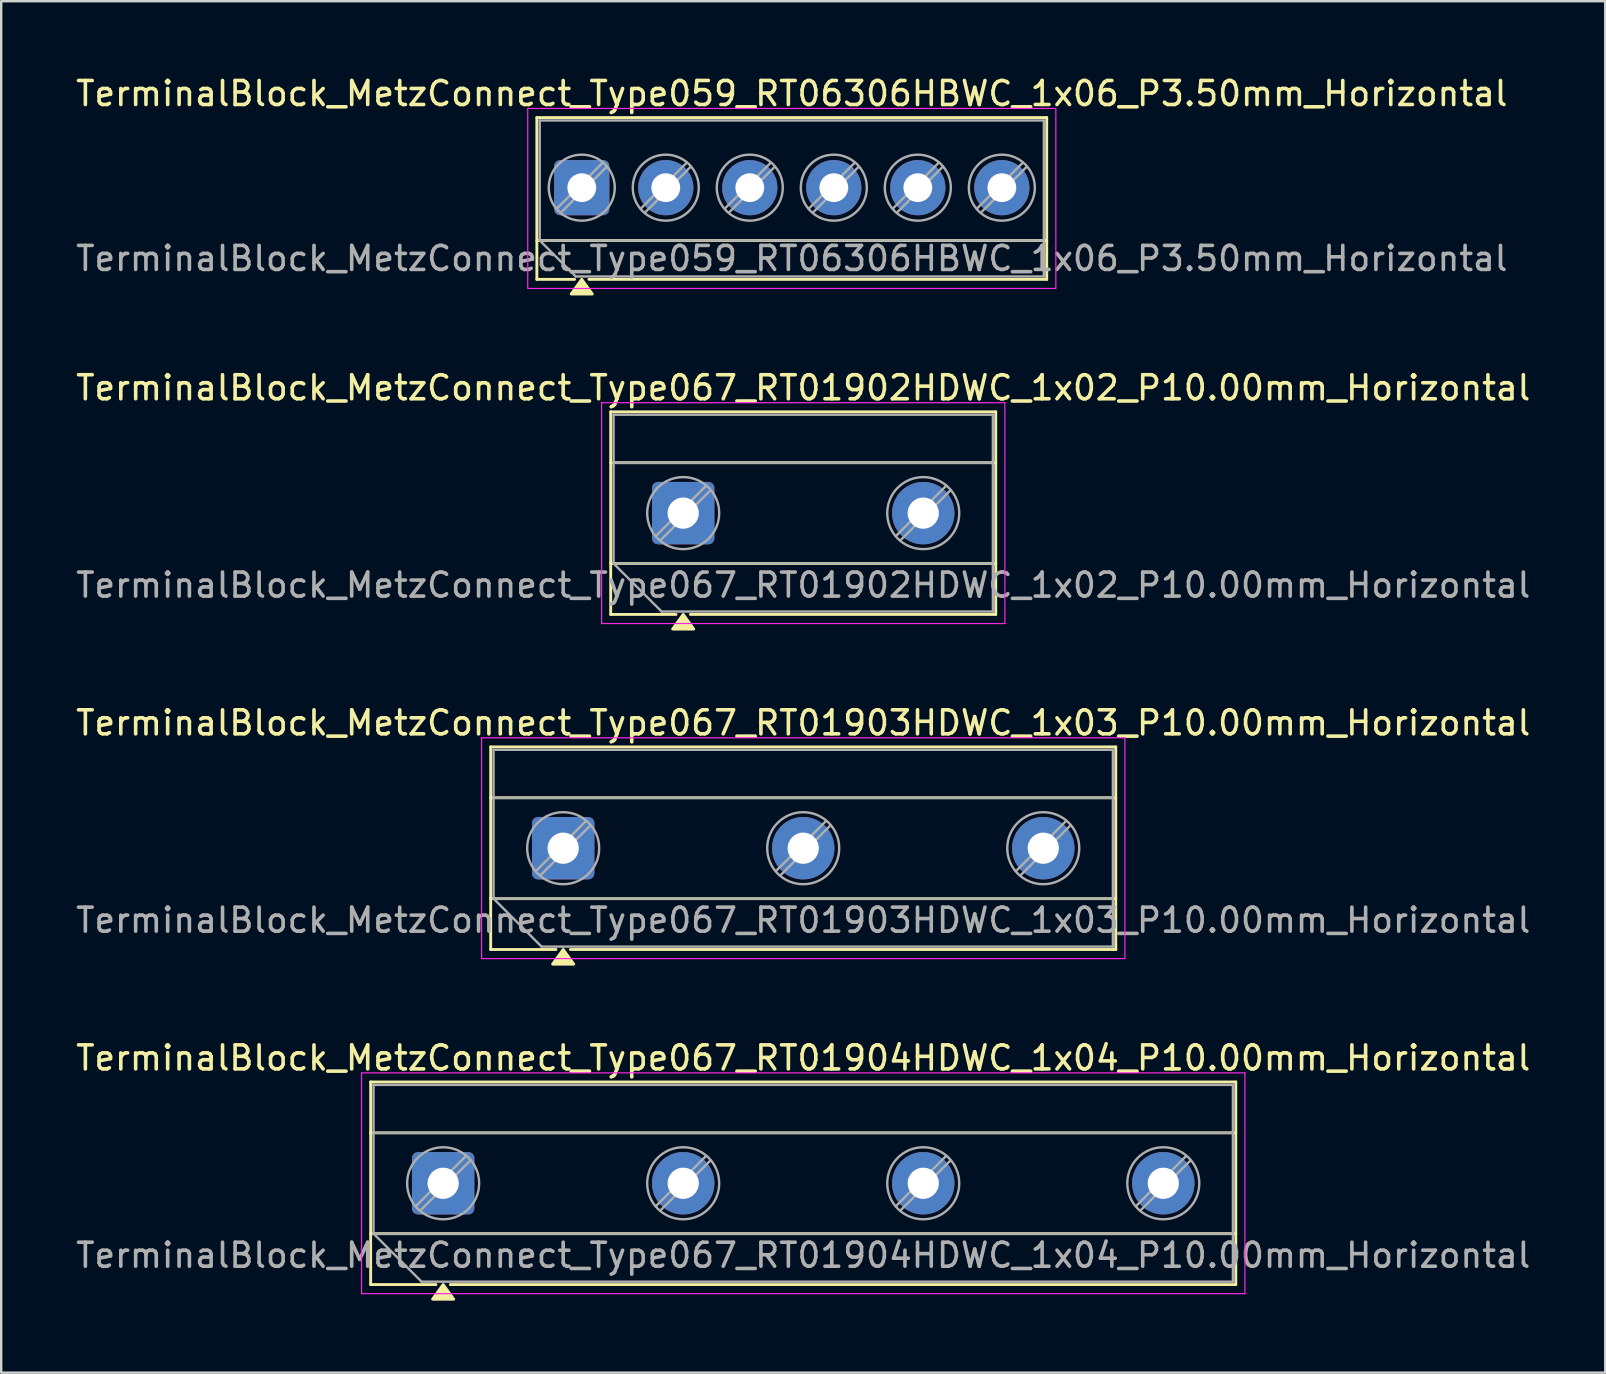
<source format=kicad_pcb>
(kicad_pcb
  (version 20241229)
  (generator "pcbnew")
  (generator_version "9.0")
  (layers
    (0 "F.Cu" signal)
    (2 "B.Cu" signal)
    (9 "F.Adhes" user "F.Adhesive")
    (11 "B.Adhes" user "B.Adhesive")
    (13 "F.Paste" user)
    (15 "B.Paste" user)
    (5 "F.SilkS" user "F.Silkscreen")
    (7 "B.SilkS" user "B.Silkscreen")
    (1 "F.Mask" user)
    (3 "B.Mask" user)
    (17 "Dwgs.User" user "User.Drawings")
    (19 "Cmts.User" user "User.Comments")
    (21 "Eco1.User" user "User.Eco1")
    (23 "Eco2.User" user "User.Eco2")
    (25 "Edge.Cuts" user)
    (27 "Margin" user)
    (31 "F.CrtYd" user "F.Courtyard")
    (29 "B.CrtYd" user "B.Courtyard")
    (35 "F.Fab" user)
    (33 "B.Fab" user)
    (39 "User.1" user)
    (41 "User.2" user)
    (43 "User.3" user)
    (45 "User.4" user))
  (footprint "TerminalBlock_MetzConnect_Type067_RT01904HDWC_1x04_P10.00mm_Horizontal"
    (layer "F.Cu")
    (at 15.411 46.243)
    (property "Reference" "TerminalBlock_MetzConnect_Type067_RT01904HDWC_1x04_P10.00mm_Horizontal" (at 15 -5.22 0) (layer "F.SilkS") (effects (font (size 1 1) (thickness 0.15))))
    (attr through_hole)
    (fp_line (start -3.02 -4.22) (end -3.02 4.22) (stroke (width 0.12) (type solid)) (layer "F.SilkS"))
    (fp_line (start -3.02 -4.22) (end 33.02 -4.22) (stroke (width 0.12) (type solid)) (layer "F.SilkS"))
    (fp_line (start -3.02 -2.1) (end 33.02 -2.1) (stroke (width 0.12) (type solid)) (layer "F.SilkS"))
    (fp_line (start -3.02 2.1) (end 33.02 2.1) (stroke (width 0.12) (type solid)) (layer "F.SilkS"))
    (fp_line (start -3.02 4.22) (end -0.3 4.22) (stroke (width 0.12) (type solid)) (layer "F.SilkS"))
    (fp_line (start 0.3 4.22) (end 33.02 4.22) (stroke (width 0.12) (type solid)) (layer "F.SilkS"))
    (fp_line (start 33.02 -4.22) (end 33.02 4.22) (stroke (width 0.12) (type solid)) (layer "F.SilkS"))
    (fp_poly (pts (xy 0 4.22) (xy 0.44 4.83) (xy -0.44 4.83)) (stroke (width 0.12) (type solid)) (fill yes) (layer "F.SilkS"))
    (fp_line (start -3.4 -4.6) (end -3.4 4.6) (stroke (width 0.05) (type solid)) (layer "F.CrtYd"))
    (fp_line (start -3.4 4.6) (end 33.4 4.6) (stroke (width 0.05) (type solid)) (layer "F.CrtYd"))
    (fp_line (start 33.4 -4.6) (end -3.4 -4.6) (stroke (width 0.05) (type solid)) (layer "F.CrtYd"))
    (fp_line (start 33.4 4.6) (end 33.4 -4.6) (stroke (width 0.05) (type solid)) (layer "F.CrtYd"))
    (fp_line (start -2.9 -4.1) (end 32.9 -4.1) (stroke (width 0.1) (type solid)) (layer "F.Fab"))
    (fp_line (start -2.9 -2.1) (end 32.9 -2.1) (stroke (width 0.1) (type solid)) (layer "F.Fab"))
    (fp_line (start -2.9 2.1) (end -2.9 -4.1) (stroke (width 0.1) (type solid)) (layer "F.Fab"))
    (fp_line (start -2.9 2.1) (end 32.9 2.1) (stroke (width 0.1) (type solid)) (layer "F.Fab"))
    (fp_line (start -0.9 4.1) (end -2.9 2.1) (stroke (width 0.1) (type solid)) (layer "F.Fab"))
    (fp_line (start 0.955 -1.138) (end -1.138 0.954) (stroke (width 0.1) (type solid)) (layer "F.Fab"))
    (fp_line (start 1.138 -0.954) (end -0.955 1.137) (stroke (width 0.1) (type solid)) (layer "F.Fab"))
    (fp_line (start 10.955 -1.138) (end 8.862 0.954) (stroke (width 0.1) (type solid)) (layer "F.Fab"))
    (fp_line (start 11.138 -0.954) (end 9.045 1.137) (stroke (width 0.1) (type solid)) (layer "F.Fab"))
    (fp_line (start 20.955 -1.138) (end 18.862 0.954) (stroke (width 0.1) (type solid)) (layer "F.Fab"))
    (fp_line (start 21.138 -0.954) (end 19.045 1.137) (stroke (width 0.1) (type solid)) (layer "F.Fab"))
    (fp_line (start 30.955 -1.138) (end 28.862 0.954) (stroke (width 0.1) (type solid)) (layer "F.Fab"))
    (fp_line (start 31.138 -0.954) (end 29.045 1.137) (stroke (width 0.1) (type solid)) (layer "F.Fab"))
    (fp_line (start 32.9 -4.1) (end 32.9 4.1) (stroke (width 0.1) (type solid)) (layer "F.Fab"))
    (fp_line (start 32.9 4.1) (end -0.9 4.1) (stroke (width 0.1) (type solid)) (layer "F.Fab"))
    (fp_circle (center 0 0) (end 1.5 0) (stroke (width 0.1) (type solid)) (fill no) (layer "F.Fab"))
    (fp_circle (center 10 0) (end 11.5 0) (stroke (width 0.1) (type solid)) (fill no) (layer "F.Fab"))
    (fp_circle (center 20 0) (end 21.5 0) (stroke (width 0.1) (type solid)) (fill no) (layer "F.Fab"))
    (fp_circle (center 30 0) (end 31.5 0) (stroke (width 0.1) (type solid)) (fill no) (layer "F.Fab"))
    (fp_text user "${REFERENCE}" (at 15 3 0) (layer "F.Fab") (effects (font (size 1 1) (thickness 0.15))))
    (pad "1" thru_hole roundrect (at 0 0) (size 2.6 2.6) (drill 1.3) (layers "*.Cu" "*.Mask") (roundrect_rratio 0.096))
    (pad "2" thru_hole circle (at 10 0) (size 2.6 2.6) (drill 1.3) (layers "*.Cu" "*.Mask"))
    (pad "3" thru_hole circle (at 20 0) (size 2.6 2.6) (drill 1.3) (layers "*.Cu" "*.Mask"))
    (pad "4" thru_hole circle (at 30 0) (size 2.6 2.6) (drill 1.3) (layers "*.Cu" "*.Mask")))
  (footprint "TerminalBlock_MetzConnect_Type059_RT06306HBWC_1x06_P3.50mm_Horizontal"
    (layer "F.Cu")
    (at 21.185 4.768)
    (property "Reference" "TerminalBlock_MetzConnect_Type059_RT06306HBWC_1x06_P3.50mm_Horizontal" (at 8.75 -3.92 0) (layer "F.SilkS") (effects (font (size 1 1) (thickness 0.15))))
    (attr through_hole)
    (fp_line (start -1.87 -2.92) (end 19.37 -2.92) (stroke (width 0.12) (type solid)) (layer "F.SilkS"))
    (fp_line (start -1.87 2.2) (end 19.37 2.2) (stroke (width 0.12) (type solid)) (layer "F.SilkS"))
    (fp_line (start -1.87 3.82) (end -1.87 -2.92) (stroke (width 0.12) (type solid)) (layer "F.SilkS"))
    (fp_line (start -0.3 3.82) (end -1.87 3.82) (stroke (width 0.12) (type solid)) (layer "F.SilkS"))
    (fp_line (start 19.37 -2.92) (end 19.37 3.82) (stroke (width 0.12) (type solid)) (layer "F.SilkS"))
    (fp_line (start 19.37 3.82) (end 0.3 3.82) (stroke (width 0.12) (type solid)) (layer "F.SilkS"))
    (fp_poly (pts (xy 0 3.82) (xy 0.44 4.43) (xy -0.44 4.43)) (stroke (width 0.12) (type solid)) (fill yes) (layer "F.SilkS"))
    (fp_rect (start -2.25 -3.3) (end 19.75 4.2) (stroke (width 0.05) (type solid)) (fill no) (layer "F.CrtYd"))
    (fp_line (start -1.75 -2.8) (end 19.25 -2.8) (stroke (width 0.1) (type solid)) (layer "F.Fab"))
    (fp_line (start -1.75 2.2) (end -1.75 -2.8) (stroke (width 0.1) (type solid)) (layer "F.Fab"))
    (fp_line (start -1.75 2.2) (end 19.25 2.2) (stroke (width 0.1) (type solid)) (layer "F.Fab"))
    (fp_line (start -0.25 3.7) (end -1.75 2.2) (stroke (width 0.1) (type solid)) (layer "F.Fab"))
    (fp_line (start 0.875 -1.043) (end -1.043 0.875) (stroke (width 0.1) (type solid)) (layer "F.Fab"))
    (fp_line (start 1.043 -0.875) (end -0.875 1.043) (stroke (width 0.1) (type solid)) (layer "F.Fab"))
    (fp_line (start 4.375 -1.043) (end 2.457 0.875) (stroke (width 0.1) (type solid)) (layer "F.Fab"))
    (fp_line (start 4.543 -0.875) (end 2.625 1.043) (stroke (width 0.1) (type solid)) (layer "F.Fab"))
    (fp_line (start 7.875 -1.043) (end 5.957 0.875) (stroke (width 0.1) (type solid)) (layer "F.Fab"))
    (fp_line (start 8.043 -0.875) (end 6.125 1.043) (stroke (width 0.1) (type solid)) (layer "F.Fab"))
    (fp_line (start 11.375 -1.043) (end 9.457 0.875) (stroke (width 0.1) (type solid)) (layer "F.Fab"))
    (fp_line (start 11.543 -0.875) (end 9.625 1.043) (stroke (width 0.1) (type solid)) (layer "F.Fab"))
    (fp_line (start 14.875 -1.043) (end 12.957 0.875) (stroke (width 0.1) (type solid)) (layer "F.Fab"))
    (fp_line (start 15.043 -0.875) (end 13.125 1.043) (stroke (width 0.1) (type solid)) (layer "F.Fab"))
    (fp_line (start 18.375 -1.043) (end 16.457 0.875) (stroke (width 0.1) (type solid)) (layer "F.Fab"))
    (fp_line (start 18.543 -0.875) (end 16.625 1.043) (stroke (width 0.1) (type solid)) (layer "F.Fab"))
    (fp_line (start 19.25 -2.8) (end 19.25 3.7) (stroke (width 0.1) (type solid)) (layer "F.Fab"))
    (fp_line (start 19.25 3.7) (end -0.25 3.7) (stroke (width 0.1) (type solid)) (layer "F.Fab"))
    (fp_circle (center 0 0) (end 1.375 0) (stroke (width 0.1) (type solid)) (fill no) (layer "F.Fab"))
    (fp_circle (center 3.5 0) (end 4.875 0) (stroke (width 0.1) (type solid)) (fill no) (layer "F.Fab"))
    (fp_circle (center 7 0) (end 8.375 0) (stroke (width 0.1) (type solid)) (fill no) (layer "F.Fab"))
    (fp_circle (center 10.5 0) (end 11.875 0) (stroke (width 0.1) (type solid)) (fill no) (layer "F.Fab"))
    (fp_circle (center 14 0) (end 15.375 0) (stroke (width 0.1) (type solid)) (fill no) (layer "F.Fab"))
    (fp_circle (center 17.5 0) (end 18.875 0) (stroke (width 0.1) (type solid)) (fill no) (layer "F.Fab"))
    (fp_text user "${REFERENCE}" (at 8.75 2.95 0) (layer "F.Fab") (effects (font (size 1 1) (thickness 0.15))))
    (pad "1" thru_hole roundrect (at 0 0) (size 2.3 2.3) (drill 1.2) (layers "*.Cu" "*.Mask") (roundrect_rratio 0.109))
    (pad "2" thru_hole circle (at 3.5 0) (size 2.3 2.3) (drill 1.2) (layers "*.Cu" "*.Mask"))
    (pad "3" thru_hole circle (at 7 0) (size 2.3 2.3) (drill 1.2) (layers "*.Cu" "*.Mask"))
    (pad "4" thru_hole circle (at 10.5 0) (size 2.3 2.3) (drill 1.2) (layers "*.Cu" "*.Mask"))
    (pad "5" thru_hole circle (at 14 0) (size 2.3 2.3) (drill 1.2) (layers "*.Cu" "*.Mask"))
    (pad "6" thru_hole circle (at 17.5 0) (size 2.3 2.3) (drill 1.2) (layers "*.Cu" "*.Mask")))
  (footprint "TerminalBlock_MetzConnect_Type067_RT01903HDWC_1x03_P10.00mm_Horizontal"
    (layer "F.Cu")
    (at 20.411 32.285)
    (property "Reference" "TerminalBlock_MetzConnect_Type067_RT01903HDWC_1x03_P10.00mm_Horizontal" (at 10 -5.22 0) (layer "F.SilkS") (effects (font (size 1 1) (thickness 0.15))))
    (attr through_hole)
    (fp_line (start -3.02 -4.22) (end -3.02 4.22) (stroke (width 0.12) (type solid)) (layer "F.SilkS"))
    (fp_line (start -3.02 -4.22) (end 23.02 -4.22) (stroke (width 0.12) (type solid)) (layer "F.SilkS"))
    (fp_line (start -3.02 -2.1) (end 23.02 -2.1) (stroke (width 0.12) (type solid)) (layer "F.SilkS"))
    (fp_line (start -3.02 2.1) (end 23.02 2.1) (stroke (width 0.12) (type solid)) (layer "F.SilkS"))
    (fp_line (start -3.02 4.22) (end -0.3 4.22) (stroke (width 0.12) (type solid)) (layer "F.SilkS"))
    (fp_line (start 0.3 4.22) (end 23.02 4.22) (stroke (width 0.12) (type solid)) (layer "F.SilkS"))
    (fp_line (start 23.02 -4.22) (end 23.02 4.22) (stroke (width 0.12) (type solid)) (layer "F.SilkS"))
    (fp_poly (pts (xy 0 4.22) (xy 0.44 4.83) (xy -0.44 4.83)) (stroke (width 0.12) (type solid)) (fill yes) (layer "F.SilkS"))
    (fp_line (start -3.4 -4.6) (end -3.4 4.6) (stroke (width 0.05) (type solid)) (layer "F.CrtYd"))
    (fp_line (start -3.4 4.6) (end 23.4 4.6) (stroke (width 0.05) (type solid)) (layer "F.CrtYd"))
    (fp_line (start 23.4 -4.6) (end -3.4 -4.6) (stroke (width 0.05) (type solid)) (layer "F.CrtYd"))
    (fp_line (start 23.4 4.6) (end 23.4 -4.6) (stroke (width 0.05) (type solid)) (layer "F.CrtYd"))
    (fp_line (start -2.9 -4.1) (end 22.9 -4.1) (stroke (width 0.1) (type solid)) (layer "F.Fab"))
    (fp_line (start -2.9 -2.1) (end 22.9 -2.1) (stroke (width 0.1) (type solid)) (layer "F.Fab"))
    (fp_line (start -2.9 2.1) (end -2.9 -4.1) (stroke (width 0.1) (type solid)) (layer "F.Fab"))
    (fp_line (start -2.9 2.1) (end 22.9 2.1) (stroke (width 0.1) (type solid)) (layer "F.Fab"))
    (fp_line (start -0.9 4.1) (end -2.9 2.1) (stroke (width 0.1) (type solid)) (layer "F.Fab"))
    (fp_line (start 0.955 -1.138) (end -1.138 0.954) (stroke (width 0.1) (type solid)) (layer "F.Fab"))
    (fp_line (start 1.138 -0.954) (end -0.955 1.137) (stroke (width 0.1) (type solid)) (layer "F.Fab"))
    (fp_line (start 10.955 -1.138) (end 8.862 0.954) (stroke (width 0.1) (type solid)) (layer "F.Fab"))
    (fp_line (start 11.138 -0.954) (end 9.045 1.137) (stroke (width 0.1) (type solid)) (layer "F.Fab"))
    (fp_line (start 20.955 -1.138) (end 18.862 0.954) (stroke (width 0.1) (type solid)) (layer "F.Fab"))
    (fp_line (start 21.138 -0.954) (end 19.045 1.137) (stroke (width 0.1) (type solid)) (layer "F.Fab"))
    (fp_line (start 22.9 -4.1) (end 22.9 4.1) (stroke (width 0.1) (type solid)) (layer "F.Fab"))
    (fp_line (start 22.9 4.1) (end -0.9 4.1) (stroke (width 0.1) (type solid)) (layer "F.Fab"))
    (fp_circle (center 0 0) (end 1.5 0) (stroke (width 0.1) (type solid)) (fill no) (layer "F.Fab"))
    (fp_circle (center 10 0) (end 11.5 0) (stroke (width 0.1) (type solid)) (fill no) (layer "F.Fab"))
    (fp_circle (center 20 0) (end 21.5 0) (stroke (width 0.1) (type solid)) (fill no) (layer "F.Fab"))
    (fp_text user "${REFERENCE}" (at 10 3 0) (layer "F.Fab") (effects (font (size 1 1) (thickness 0.15))))
    (pad "1" thru_hole roundrect (at 0 0) (size 2.6 2.6) (drill 1.3) (layers "*.Cu" "*.Mask") (roundrect_rratio 0.096))
    (pad "2" thru_hole circle (at 10 0) (size 2.6 2.6) (drill 1.3) (layers "*.Cu" "*.Mask"))
    (pad "3" thru_hole circle (at 20 0) (size 2.6 2.6) (drill 1.3) (layers "*.Cu" "*.Mask")))
  (footprint "TerminalBlock_MetzConnect_Type067_RT01902HDWC_1x02_P10.00mm_Horizontal"
    (layer "F.Cu")
    (at 25.411 18.326)
    (property "Reference" "TerminalBlock_MetzConnect_Type067_RT01902HDWC_1x02_P10.00mm_Horizontal" (at 5 -5.22 0) (layer "F.SilkS") (effects (font (size 1 1) (thickness 0.15))))
    (attr through_hole)
    (fp_line (start -3.02 -4.22) (end -3.02 4.22) (stroke (width 0.12) (type solid)) (layer "F.SilkS"))
    (fp_line (start -3.02 -4.22) (end 13.02 -4.22) (stroke (width 0.12) (type solid)) (layer "F.SilkS"))
    (fp_line (start -3.02 -2.1) (end 13.02 -2.1) (stroke (width 0.12) (type solid)) (layer "F.SilkS"))
    (fp_line (start -3.02 2.1) (end 13.02 2.1) (stroke (width 0.12) (type solid)) (layer "F.SilkS"))
    (fp_line (start -3.02 4.22) (end -0.3 4.22) (stroke (width 0.12) (type solid)) (layer "F.SilkS"))
    (fp_line (start 0.3 4.22) (end 13.02 4.22) (stroke (width 0.12) (type solid)) (layer "F.SilkS"))
    (fp_line (start 13.02 -4.22) (end 13.02 4.22) (stroke (width 0.12) (type solid)) (layer "F.SilkS"))
    (fp_poly (pts (xy 0 4.22) (xy 0.44 4.83) (xy -0.44 4.83)) (stroke (width 0.12) (type solid)) (fill yes) (layer "F.SilkS"))
    (fp_line (start -3.4 -4.6) (end -3.4 4.6) (stroke (width 0.05) (type solid)) (layer "F.CrtYd"))
    (fp_line (start -3.4 4.6) (end 13.4 4.6) (stroke (width 0.05) (type solid)) (layer "F.CrtYd"))
    (fp_line (start 13.4 -4.6) (end -3.4 -4.6) (stroke (width 0.05) (type solid)) (layer "F.CrtYd"))
    (fp_line (start 13.4 4.6) (end 13.4 -4.6) (stroke (width 0.05) (type solid)) (layer "F.CrtYd"))
    (fp_line (start -2.9 -4.1) (end 12.9 -4.1) (stroke (width 0.1) (type solid)) (layer "F.Fab"))
    (fp_line (start -2.9 -2.1) (end 12.9 -2.1) (stroke (width 0.1) (type solid)) (layer "F.Fab"))
    (fp_line (start -2.9 2.1) (end -2.9 -4.1) (stroke (width 0.1) (type solid)) (layer "F.Fab"))
    (fp_line (start -2.9 2.1) (end 12.9 2.1) (stroke (width 0.1) (type solid)) (layer "F.Fab"))
    (fp_line (start -0.9 4.1) (end -2.9 2.1) (stroke (width 0.1) (type solid)) (layer "F.Fab"))
    (fp_line (start 0.955 -1.138) (end -1.138 0.954) (stroke (width 0.1) (type solid)) (layer "F.Fab"))
    (fp_line (start 1.138 -0.954) (end -0.955 1.137) (stroke (width 0.1) (type solid)) (layer "F.Fab"))
    (fp_line (start 10.955 -1.138) (end 8.862 0.954) (stroke (width 0.1) (type solid)) (layer "F.Fab"))
    (fp_line (start 11.138 -0.954) (end 9.045 1.137) (stroke (width 0.1) (type solid)) (layer "F.Fab"))
    (fp_line (start 12.9 -4.1) (end 12.9 4.1) (stroke (width 0.1) (type solid)) (layer "F.Fab"))
    (fp_line (start 12.9 4.1) (end -0.9 4.1) (stroke (width 0.1) (type solid)) (layer "F.Fab"))
    (fp_circle (center 0 0) (end 1.5 0) (stroke (width 0.1) (type solid)) (fill no) (layer "F.Fab"))
    (fp_circle (center 10 0) (end 11.5 0) (stroke (width 0.1) (type solid)) (fill no) (layer "F.Fab"))
    (fp_text user "${REFERENCE}" (at 5 3 0) (layer "F.Fab") (effects (font (size 1 1) (thickness 0.15))))
    (pad "1" thru_hole roundrect (at 0 0) (size 2.6 2.6) (drill 1.3) (layers "*.Cu" "*.Mask") (roundrect_rratio 0.096))
    (pad "2" thru_hole circle (at 10 0) (size 2.6 2.6) (drill 1.3) (layers "*.Cu" "*.Mask")))
  (gr_rect
    (start -3 -3)
    (end 63.821 54.133)
    (stroke (width 0.1) (type default))
    (fill no)
    (layer "Edge.Cuts")))
</source>
